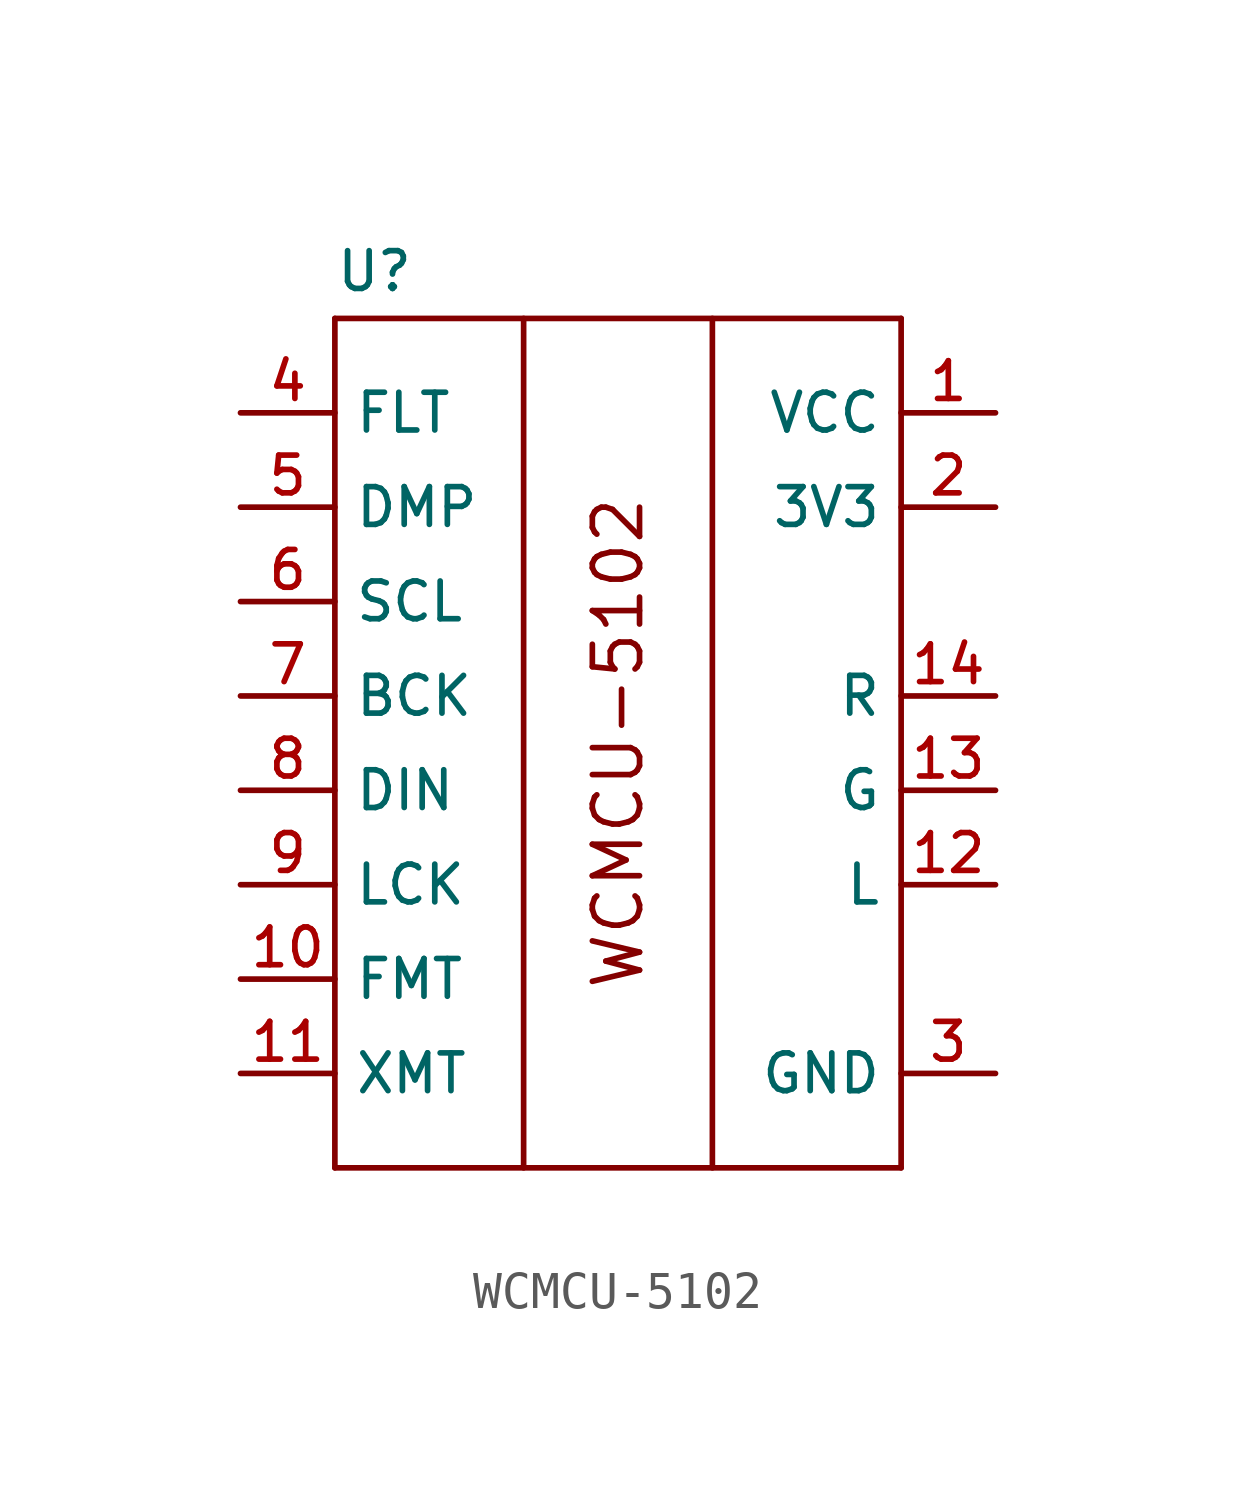
<source format=kicad_sym>
(kicad_symbol_lib
  (version 20220914)
  (generator kicad_symbol_editor)
  (symbol "WCMCU-5102"
    (property "Reference" "U"
      (at -7.62 12.7 0)
      (do_not_autoplace)
      (effects (font (size 1.016 1.016)) (justify left)))
    (symbol "WCMCU-5102_0_1"
      (polyline (pts (xy 7.62 -11.43) (xy -7.62 -11.43)) (stroke (width 0) (type default)) (fill (type none))))
    (symbol "WCMCU-5102_1_1"
      (polyline (pts (xy -7.62 11.43) (xy -7.62 -11.43)) (stroke (width 0) (type default)) (fill (type none)))
      (polyline (pts (xy -7.62 11.43) (xy 7.62 11.43)) (stroke (width 0) (type default)) (fill (type none)))
      (polyline (pts (xy -2.54 11.43) (xy -2.54 -11.43)) (stroke (width 0) (type default)) (fill (type none)))
      (polyline (pts (xy 2.54 11.43) (xy 2.54 -11.43)) (stroke (width 0) (type default)) (fill (type none)))
      (polyline (pts (xy 7.62 11.43) (xy 7.62 -11.43)) (stroke (width 0) (type default)) (fill (type none)))
      (text "WCMCU-5102" (at 0 0 900) (effects (font (size 1.27 1.27))))
      (pin power_in line (at 10.16 8.89 180) (length 2.54) (name "VCC" (effects (font (size 1.016 1.016)))) (number "1" (effects (font (size 1.016 1.016)))))
      (pin passive line (at -10.16 -6.35 0) (length 2.54) (name "FMT" (effects (font (size 1.016 1.016)))) (number "10" (effects (font (size 1.016 1.016)))))
      (pin passive line (at -10.16 -8.89 0) (length 2.54) (name "XMT" (effects (font (size 1.016 1.016)))) (number "11" (effects (font (size 1.016 1.016)))))
      (pin output line (at 10.16 -3.81 180) (length 2.54) (name "L" (effects (font (size 1.016 1.016)))) (number "12" (effects (font (size 1.016 1.016)))))
      (pin power_out line (at 10.16 -1.27 180) (length 2.54) (name "G" (effects (font (size 1.016 1.016)))) (number "13" (effects (font (size 1.016 1.016)))))
      (pin output line (at 10.16 1.27 180) (length 2.54) (name "R" (effects (font (size 1.016 1.016)))) (number "14" (effects (font (size 1.016 1.016)))))
      (pin power_in line (at 10.16 6.35 180) (length 2.54) (name "3V3" (effects (font (size 1.016 1.016)))) (number "2" (effects (font (size 1.016 1.016)))))
      (pin power_in line (at 10.16 -8.89 180) (length 2.54) (name "GND" (effects (font (size 1.016 1.016)))) (number "3" (effects (font (size 1.016 1.016)))))
      (pin passive line (at -10.16 8.89 0) (length 2.54) (name "FLT" (effects (font (size 1.016 1.016)))) (number "4" (effects (font (size 1.016 1.016)))))
      (pin passive line (at -10.16 6.35 0) (length 2.54) (name "DMP" (effects (font (size 1.016 1.016)))) (number "5" (effects (font (size 1.016 1.016)))))
      (pin passive line (at -10.16 3.81 0) (length 2.54) (name "SCL" (effects (font (size 1.016 1.016)))) (number "6" (effects (font (size 1.016 1.016)))))
      (pin input line (at -10.16 1.27 0) (length 2.54) (name "BCK" (effects (font (size 1.016 1.016)))) (number "7" (effects (font (size 1.016 1.016)))))
      (pin input line (at -10.16 -1.27 0) (length 2.54) (name "DIN" (effects (font (size 1.016 1.016)))) (number "8" (effects (font (size 1.016 1.016)))))
      (pin input line (at -10.16 -3.81 0) (length 2.54) (name "LCK" (effects (font (size 1.016 1.016)))) (number "9" (effects (font (size 1.016 1.016))))))))
</source>
